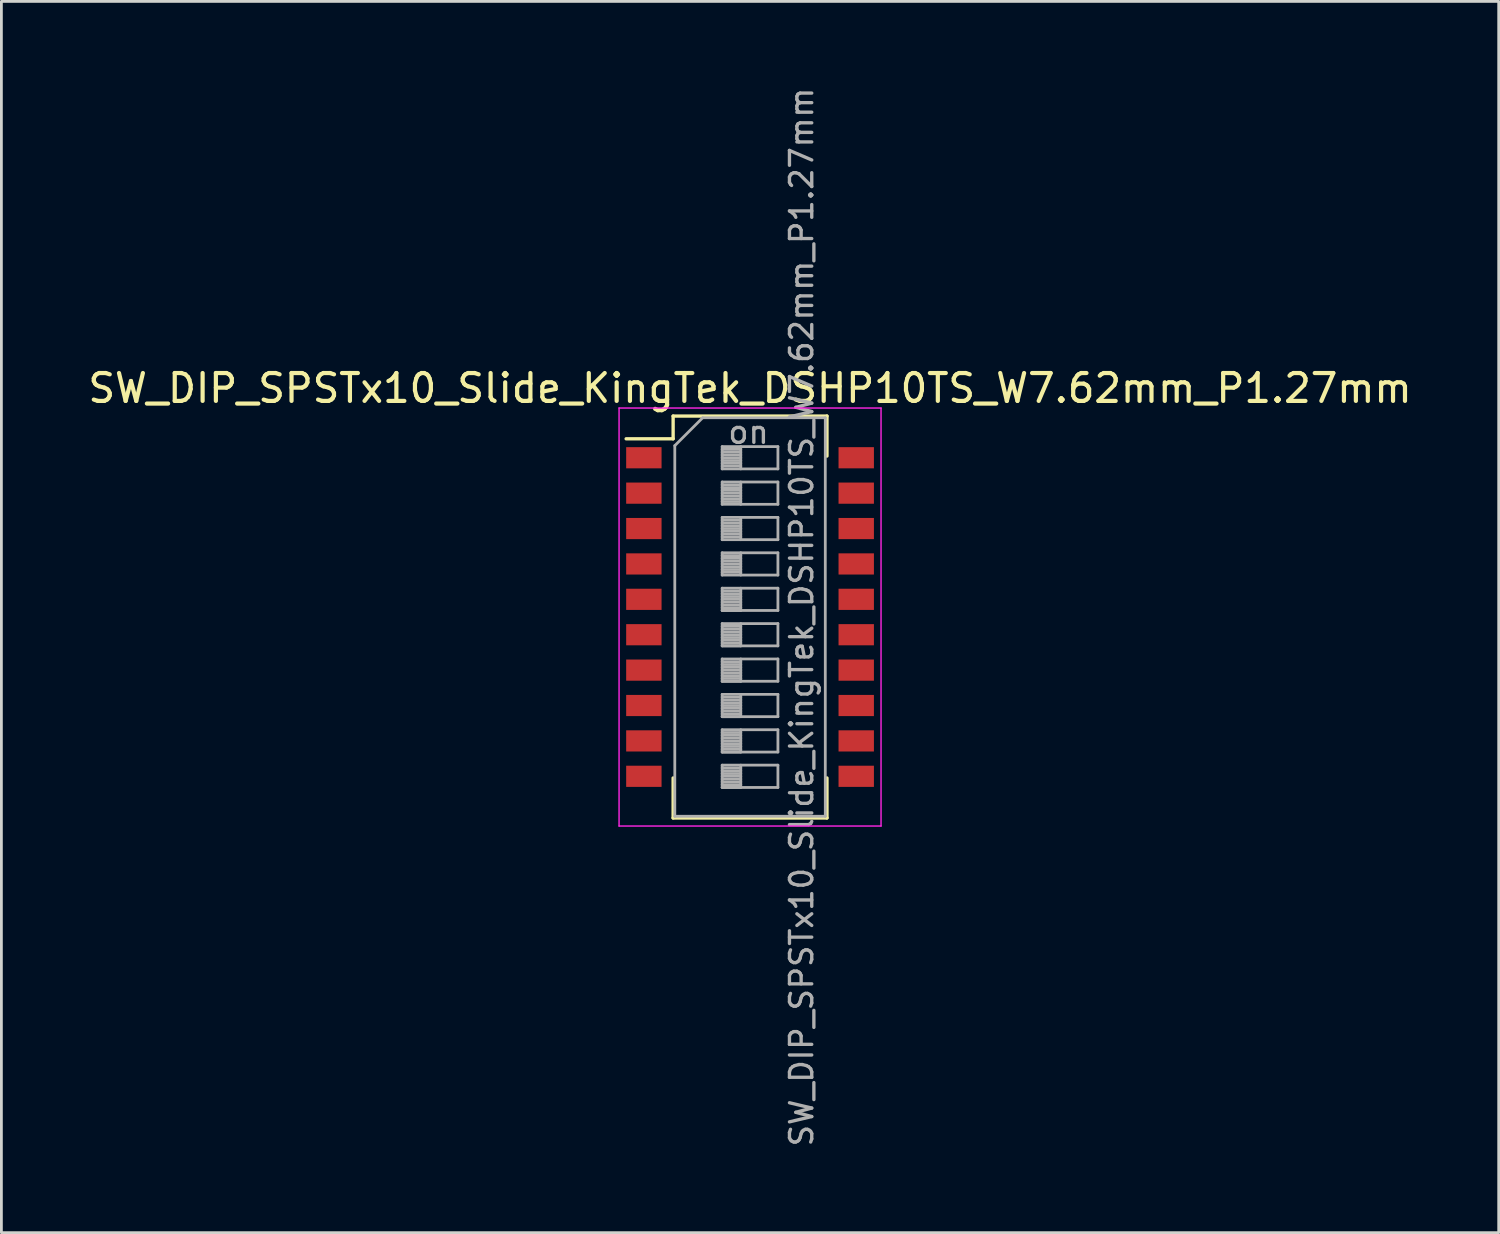
<source format=kicad_pcb>
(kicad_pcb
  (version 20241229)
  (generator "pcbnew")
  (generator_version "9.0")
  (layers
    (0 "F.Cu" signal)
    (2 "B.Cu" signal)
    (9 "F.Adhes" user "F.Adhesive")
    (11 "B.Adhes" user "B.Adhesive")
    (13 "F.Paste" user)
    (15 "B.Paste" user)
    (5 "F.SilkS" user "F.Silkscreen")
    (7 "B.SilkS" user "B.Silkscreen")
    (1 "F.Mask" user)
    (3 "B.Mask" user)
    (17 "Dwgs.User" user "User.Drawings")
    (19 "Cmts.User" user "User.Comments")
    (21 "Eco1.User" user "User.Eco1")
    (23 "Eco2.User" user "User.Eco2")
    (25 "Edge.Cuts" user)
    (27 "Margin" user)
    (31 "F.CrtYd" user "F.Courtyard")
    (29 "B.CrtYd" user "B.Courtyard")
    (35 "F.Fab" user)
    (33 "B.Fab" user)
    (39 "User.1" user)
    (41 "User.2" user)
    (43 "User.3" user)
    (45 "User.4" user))
  (footprint "SW_DIP_SPSTx10_Slide_KingTek_DSHP10TS_W7.62mm_P1.27mm"
    (layer "F.Cu")
    (at 23.863 19.09)
    (property "Reference" "SW_DIP_SPSTx10_Slide_KingTek_DSHP10TS_W7.62mm_P1.27mm" (at 0 -8.21 0) (layer "F.SilkS") (effects (font (size 1 1) (thickness 0.15))))
    (attr smd)
    (fp_line (start -4.446 -6.395) (end -2.76 -6.395) (stroke (width 0.12) (type solid)) (layer "F.SilkS"))
    (fp_line (start -2.76 -7.211) (end -2.76 -6.395) (stroke (width 0.12) (type solid)) (layer "F.SilkS"))
    (fp_line (start -2.76 -7.211) (end 2.76 -7.211) (stroke (width 0.12) (type solid)) (layer "F.SilkS"))
    (fp_line (start -2.76 5.775) (end -2.76 7.21) (stroke (width 0.12) (type solid)) (layer "F.SilkS"))
    (fp_line (start -2.76 7.21) (end 2.76 7.21) (stroke (width 0.12) (type solid)) (layer "F.SilkS"))
    (fp_line (start 2.76 -7.211) (end 2.76 -5.776) (stroke (width 0.12) (type solid)) (layer "F.SilkS"))
    (fp_line (start 2.76 5.775) (end 2.76 7.21) (stroke (width 0.12) (type solid)) (layer "F.SilkS"))
    (fp_line (start -4.7 -7.5) (end -4.7 7.5) (stroke (width 0.05) (type solid)) (layer "F.CrtYd"))
    (fp_line (start -4.7 7.5) (end 4.7 7.5) (stroke (width 0.05) (type solid)) (layer "F.CrtYd"))
    (fp_line (start 4.7 -7.5) (end -4.7 -7.5) (stroke (width 0.05) (type solid)) (layer "F.CrtYd"))
    (fp_line (start 4.7 7.5) (end 4.7 -7.5) (stroke (width 0.05) (type solid)) (layer "F.CrtYd"))
    (fp_line (start -2.7 -6.15) (end -1.7 -7.15) (stroke (width 0.1) (type solid)) (layer "F.Fab"))
    (fp_line (start -2.7 7.15) (end -2.7 -6.15) (stroke (width 0.1) (type solid)) (layer "F.Fab"))
    (fp_line (start -1.7 -7.15) (end 2.7 -7.15) (stroke (width 0.1) (type solid)) (layer "F.Fab"))
    (fp_line (start -1 -6.115) (end -1 -5.315) (stroke (width 0.1) (type solid)) (layer "F.Fab"))
    (fp_line (start -1 -6.015) (end -0.333 -6.015) (stroke (width 0.1) (type solid)) (layer "F.Fab"))
    (fp_line (start -1 -5.915) (end -0.333 -5.915) (stroke (width 0.1) (type solid)) (layer "F.Fab"))
    (fp_line (start -1 -5.815) (end -0.333 -5.815) (stroke (width 0.1) (type solid)) (layer "F.Fab"))
    (fp_line (start -1 -5.715) (end -0.333 -5.715) (stroke (width 0.1) (type solid)) (layer "F.Fab"))
    (fp_line (start -1 -5.615) (end -0.333 -5.615) (stroke (width 0.1) (type solid)) (layer "F.Fab"))
    (fp_line (start -1 -5.515) (end -0.333 -5.515) (stroke (width 0.1) (type solid)) (layer "F.Fab"))
    (fp_line (start -1 -5.415) (end -0.333 -5.415) (stroke (width 0.1) (type solid)) (layer "F.Fab"))
    (fp_line (start -1 -5.315) (end 1 -5.315) (stroke (width 0.1) (type solid)) (layer "F.Fab"))
    (fp_line (start -1 -4.845) (end -1 -4.045) (stroke (width 0.1) (type solid)) (layer "F.Fab"))
    (fp_line (start -1 -4.745) (end -0.333 -4.745) (stroke (width 0.1) (type solid)) (layer "F.Fab"))
    (fp_line (start -1 -4.645) (end -0.333 -4.645) (stroke (width 0.1) (type solid)) (layer "F.Fab"))
    (fp_line (start -1 -4.545) (end -0.333 -4.545) (stroke (width 0.1) (type solid)) (layer "F.Fab"))
    (fp_line (start -1 -4.445) (end -0.333 -4.445) (stroke (width 0.1) (type solid)) (layer "F.Fab"))
    (fp_line (start -1 -4.345) (end -0.333 -4.345) (stroke (width 0.1) (type solid)) (layer "F.Fab"))
    (fp_line (start -1 -4.245) (end -0.333 -4.245) (stroke (width 0.1) (type solid)) (layer "F.Fab"))
    (fp_line (start -1 -4.145) (end -0.333 -4.145) (stroke (width 0.1) (type solid)) (layer "F.Fab"))
    (fp_line (start -1 -4.045) (end 1 -4.045) (stroke (width 0.1) (type solid)) (layer "F.Fab"))
    (fp_line (start -1 -3.575) (end -1 -2.775) (stroke (width 0.1) (type solid)) (layer "F.Fab"))
    (fp_line (start -1 -3.475) (end -0.333 -3.475) (stroke (width 0.1) (type solid)) (layer "F.Fab"))
    (fp_line (start -1 -3.375) (end -0.333 -3.375) (stroke (width 0.1) (type solid)) (layer "F.Fab"))
    (fp_line (start -1 -3.275) (end -0.333 -3.275) (stroke (width 0.1) (type solid)) (layer "F.Fab"))
    (fp_line (start -1 -3.175) (end -0.333 -3.175) (stroke (width 0.1) (type solid)) (layer "F.Fab"))
    (fp_line (start -1 -3.075) (end -0.333 -3.075) (stroke (width 0.1) (type solid)) (layer "F.Fab"))
    (fp_line (start -1 -2.975) (end -0.333 -2.975) (stroke (width 0.1) (type solid)) (layer "F.Fab"))
    (fp_line (start -1 -2.875) (end -0.333 -2.875) (stroke (width 0.1) (type solid)) (layer "F.Fab"))
    (fp_line (start -1 -2.775) (end 1 -2.775) (stroke (width 0.1) (type solid)) (layer "F.Fab"))
    (fp_line (start -1 -2.305) (end -1 -1.505) (stroke (width 0.1) (type solid)) (layer "F.Fab"))
    (fp_line (start -1 -2.205) (end -0.333 -2.205) (stroke (width 0.1) (type solid)) (layer "F.Fab"))
    (fp_line (start -1 -2.105) (end -0.333 -2.105) (stroke (width 0.1) (type solid)) (layer "F.Fab"))
    (fp_line (start -1 -2.005) (end -0.333 -2.005) (stroke (width 0.1) (type solid)) (layer "F.Fab"))
    (fp_line (start -1 -1.905) (end -0.333 -1.905) (stroke (width 0.1) (type solid)) (layer "F.Fab"))
    (fp_line (start -1 -1.805) (end -0.333 -1.805) (stroke (width 0.1) (type solid)) (layer "F.Fab"))
    (fp_line (start -1 -1.705) (end -0.333 -1.705) (stroke (width 0.1) (type solid)) (layer "F.Fab"))
    (fp_line (start -1 -1.605) (end -0.333 -1.605) (stroke (width 0.1) (type solid)) (layer "F.Fab"))
    (fp_line (start -1 -1.505) (end 1 -1.505) (stroke (width 0.1) (type solid)) (layer "F.Fab"))
    (fp_line (start -1 -1.035) (end -1 -0.235) (stroke (width 0.1) (type solid)) (layer "F.Fab"))
    (fp_line (start -1 -0.935) (end -0.333 -0.935) (stroke (width 0.1) (type solid)) (layer "F.Fab"))
    (fp_line (start -1 -0.835) (end -0.333 -0.835) (stroke (width 0.1) (type solid)) (layer "F.Fab"))
    (fp_line (start -1 -0.735) (end -0.333 -0.735) (stroke (width 0.1) (type solid)) (layer "F.Fab"))
    (fp_line (start -1 -0.635) (end -0.333 -0.635) (stroke (width 0.1) (type solid)) (layer "F.Fab"))
    (fp_line (start -1 -0.535) (end -0.333 -0.535) (stroke (width 0.1) (type solid)) (layer "F.Fab"))
    (fp_line (start -1 -0.435) (end -0.333 -0.435) (stroke (width 0.1) (type solid)) (layer "F.Fab"))
    (fp_line (start -1 -0.335) (end -0.333 -0.335) (stroke (width 0.1) (type solid)) (layer "F.Fab"))
    (fp_line (start -1 -0.235) (end -0.333 -0.235) (stroke (width 0.1) (type solid)) (layer "F.Fab"))
    (fp_line (start -1 -0.235) (end 1 -0.235) (stroke (width 0.1) (type solid)) (layer "F.Fab"))
    (fp_line (start -1 0.235) (end -1 1.035) (stroke (width 0.1) (type solid)) (layer "F.Fab"))
    (fp_line (start -1 0.335) (end -0.333 0.335) (stroke (width 0.1) (type solid)) (layer "F.Fab"))
    (fp_line (start -1 0.435) (end -0.333 0.435) (stroke (width 0.1) (type solid)) (layer "F.Fab"))
    (fp_line (start -1 0.535) (end -0.333 0.535) (stroke (width 0.1) (type solid)) (layer "F.Fab"))
    (fp_line (start -1 0.635) (end -0.333 0.635) (stroke (width 0.1) (type solid)) (layer "F.Fab"))
    (fp_line (start -1 0.735) (end -0.333 0.735) (stroke (width 0.1) (type solid)) (layer "F.Fab"))
    (fp_line (start -1 0.835) (end -0.333 0.835) (stroke (width 0.1) (type solid)) (layer "F.Fab"))
    (fp_line (start -1 0.935) (end -0.333 0.935) (stroke (width 0.1) (type solid)) (layer "F.Fab"))
    (fp_line (start -1 1.035) (end -0.333 1.035) (stroke (width 0.1) (type solid)) (layer "F.Fab"))
    (fp_line (start -1 1.035) (end 1 1.035) (stroke (width 0.1) (type solid)) (layer "F.Fab"))
    (fp_line (start -1 1.505) (end -1 2.305) (stroke (width 0.1) (type solid)) (layer "F.Fab"))
    (fp_line (start -1 1.605) (end -0.333 1.605) (stroke (width 0.1) (type solid)) (layer "F.Fab"))
    (fp_line (start -1 1.705) (end -0.333 1.705) (stroke (width 0.1) (type solid)) (layer "F.Fab"))
    (fp_line (start -1 1.805) (end -0.333 1.805) (stroke (width 0.1) (type solid)) (layer "F.Fab"))
    (fp_line (start -1 1.905) (end -0.333 1.905) (stroke (width 0.1) (type solid)) (layer "F.Fab"))
    (fp_line (start -1 2.005) (end -0.333 2.005) (stroke (width 0.1) (type solid)) (layer "F.Fab"))
    (fp_line (start -1 2.105) (end -0.333 2.105) (stroke (width 0.1) (type solid)) (layer "F.Fab"))
    (fp_line (start -1 2.205) (end -0.333 2.205) (stroke (width 0.1) (type solid)) (layer "F.Fab"))
    (fp_line (start -1 2.305) (end -0.333 2.305) (stroke (width 0.1) (type solid)) (layer "F.Fab"))
    (fp_line (start -1 2.305) (end 1 2.305) (stroke (width 0.1) (type solid)) (layer "F.Fab"))
    (fp_line (start -1 2.775) (end -1 3.575) (stroke (width 0.1) (type solid)) (layer "F.Fab"))
    (fp_line (start -1 2.875) (end -0.333 2.875) (stroke (width 0.1) (type solid)) (layer "F.Fab"))
    (fp_line (start -1 2.975) (end -0.333 2.975) (stroke (width 0.1) (type solid)) (layer "F.Fab"))
    (fp_line (start -1 3.075) (end -0.333 3.075) (stroke (width 0.1) (type solid)) (layer "F.Fab"))
    (fp_line (start -1 3.175) (end -0.333 3.175) (stroke (width 0.1) (type solid)) (layer "F.Fab"))
    (fp_line (start -1 3.275) (end -0.333 3.275) (stroke (width 0.1) (type solid)) (layer "F.Fab"))
    (fp_line (start -1 3.375) (end -0.333 3.375) (stroke (width 0.1) (type solid)) (layer "F.Fab"))
    (fp_line (start -1 3.475) (end -0.333 3.475) (stroke (width 0.1) (type solid)) (layer "F.Fab"))
    (fp_line (start -1 3.575) (end -0.333 3.575) (stroke (width 0.1) (type solid)) (layer "F.Fab"))
    (fp_line (start -1 3.575) (end 1 3.575) (stroke (width 0.1) (type solid)) (layer "F.Fab"))
    (fp_line (start -1 4.045) (end -1 4.845) (stroke (width 0.1) (type solid)) (layer "F.Fab"))
    (fp_line (start -1 4.145) (end -0.333 4.145) (stroke (width 0.1) (type solid)) (layer "F.Fab"))
    (fp_line (start -1 4.245) (end -0.333 4.245) (stroke (width 0.1) (type solid)) (layer "F.Fab"))
    (fp_line (start -1 4.345) (end -0.333 4.345) (stroke (width 0.1) (type solid)) (layer "F.Fab"))
    (fp_line (start -1 4.445) (end -0.333 4.445) (stroke (width 0.1) (type solid)) (layer "F.Fab"))
    (fp_line (start -1 4.545) (end -0.333 4.545) (stroke (width 0.1) (type solid)) (layer "F.Fab"))
    (fp_line (start -1 4.645) (end -0.333 4.645) (stroke (width 0.1) (type solid)) (layer "F.Fab"))
    (fp_line (start -1 4.745) (end -0.333 4.745) (stroke (width 0.1) (type solid)) (layer "F.Fab"))
    (fp_line (start -1 4.845) (end -0.333 4.845) (stroke (width 0.1) (type solid)) (layer "F.Fab"))
    (fp_line (start -1 4.845) (end 1 4.845) (stroke (width 0.1) (type solid)) (layer "F.Fab"))
    (fp_line (start -1 5.315) (end -1 6.115) (stroke (width 0.1) (type solid)) (layer "F.Fab"))
    (fp_line (start -1 5.415) (end -0.333 5.415) (stroke (width 0.1) (type solid)) (layer "F.Fab"))
    (fp_line (start -1 5.515) (end -0.333 5.515) (stroke (width 0.1) (type solid)) (layer "F.Fab"))
    (fp_line (start -1 5.615) (end -0.333 5.615) (stroke (width 0.1) (type solid)) (layer "F.Fab"))
    (fp_line (start -1 5.715) (end -0.333 5.715) (stroke (width 0.1) (type solid)) (layer "F.Fab"))
    (fp_line (start -1 5.815) (end -0.333 5.815) (stroke (width 0.1) (type solid)) (layer "F.Fab"))
    (fp_line (start -1 5.915) (end -0.333 5.915) (stroke (width 0.1) (type solid)) (layer "F.Fab"))
    (fp_line (start -1 6.015) (end -0.333 6.015) (stroke (width 0.1) (type solid)) (layer "F.Fab"))
    (fp_line (start -1 6.115) (end -0.333 6.115) (stroke (width 0.1) (type solid)) (layer "F.Fab"))
    (fp_line (start -1 6.115) (end 1 6.115) (stroke (width 0.1) (type solid)) (layer "F.Fab"))
    (fp_line (start -0.333 -6.115) (end -0.333 -5.315) (stroke (width 0.1) (type solid)) (layer "F.Fab"))
    (fp_line (start -0.333 -4.845) (end -0.333 -4.045) (stroke (width 0.1) (type solid)) (layer "F.Fab"))
    (fp_line (start -0.333 -3.575) (end -0.333 -2.775) (stroke (width 0.1) (type solid)) (layer "F.Fab"))
    (fp_line (start -0.333 -2.305) (end -0.333 -1.505) (stroke (width 0.1) (type solid)) (layer "F.Fab"))
    (fp_line (start -0.333 -1.035) (end -0.333 -0.235) (stroke (width 0.1) (type solid)) (layer "F.Fab"))
    (fp_line (start -0.333 0.235) (end -0.333 1.035) (stroke (width 0.1) (type solid)) (layer "F.Fab"))
    (fp_line (start -0.333 1.505) (end -0.333 2.305) (stroke (width 0.1) (type solid)) (layer "F.Fab"))
    (fp_line (start -0.333 2.775) (end -0.333 3.575) (stroke (width 0.1) (type solid)) (layer "F.Fab"))
    (fp_line (start -0.333 4.045) (end -0.333 4.845) (stroke (width 0.1) (type solid)) (layer "F.Fab"))
    (fp_line (start -0.333 5.315) (end -0.333 6.115) (stroke (width 0.1) (type solid)) (layer "F.Fab"))
    (fp_line (start 1 -6.115) (end -1 -6.115) (stroke (width 0.1) (type solid)) (layer "F.Fab"))
    (fp_line (start 1 -5.315) (end 1 -6.115) (stroke (width 0.1) (type solid)) (layer "F.Fab"))
    (fp_line (start 1 -4.845) (end -1 -4.845) (stroke (width 0.1) (type solid)) (layer "F.Fab"))
    (fp_line (start 1 -4.045) (end 1 -4.845) (stroke (width 0.1) (type solid)) (layer "F.Fab"))
    (fp_line (start 1 -3.575) (end -1 -3.575) (stroke (width 0.1) (type solid)) (layer "F.Fab"))
    (fp_line (start 1 -2.775) (end 1 -3.575) (stroke (width 0.1) (type solid)) (layer "F.Fab"))
    (fp_line (start 1 -2.305) (end -1 -2.305) (stroke (width 0.1) (type solid)) (layer "F.Fab"))
    (fp_line (start 1 -1.505) (end 1 -2.305) (stroke (width 0.1) (type solid)) (layer "F.Fab"))
    (fp_line (start 1 -1.035) (end -1 -1.035) (stroke (width 0.1) (type solid)) (layer "F.Fab"))
    (fp_line (start 1 -0.235) (end 1 -1.035) (stroke (width 0.1) (type solid)) (layer "F.Fab"))
    (fp_line (start 1 0.235) (end -1 0.235) (stroke (width 0.1) (type solid)) (layer "F.Fab"))
    (fp_line (start 1 1.035) (end 1 0.235) (stroke (width 0.1) (type solid)) (layer "F.Fab"))
    (fp_line (start 1 1.505) (end -1 1.505) (stroke (width 0.1) (type solid)) (layer "F.Fab"))
    (fp_line (start 1 2.305) (end 1 1.505) (stroke (width 0.1) (type solid)) (layer "F.Fab"))
    (fp_line (start 1 2.775) (end -1 2.775) (stroke (width 0.1) (type solid)) (layer "F.Fab"))
    (fp_line (start 1 3.575) (end 1 2.775) (stroke (width 0.1) (type solid)) (layer "F.Fab"))
    (fp_line (start 1 4.045) (end -1 4.045) (stroke (width 0.1) (type solid)) (layer "F.Fab"))
    (fp_line (start 1 4.845) (end 1 4.045) (stroke (width 0.1) (type solid)) (layer "F.Fab"))
    (fp_line (start 1 5.315) (end -1 5.315) (stroke (width 0.1) (type solid)) (layer "F.Fab"))
    (fp_line (start 1 6.115) (end 1 5.315) (stroke (width 0.1) (type solid)) (layer "F.Fab"))
    (fp_line (start 2.7 -7.15) (end 2.7 7.15) (stroke (width 0.1) (type solid)) (layer "F.Fab"))
    (fp_line (start 2.7 7.15) (end -2.7 7.15) (stroke (width 0.1) (type solid)) (layer "F.Fab"))
    (fp_text user "on" (at -0.055 -6.633 0) (layer "F.Fab") (effects (font (size 0.8 0.8) (thickness 0.12))))
    (fp_text user "${REFERENCE}" (at 1.85 0 90) (layer "F.Fab") (effects (font (size 0.8 0.8) (thickness 0.12))))
    (pad "1" smd rect (at -3.81 -5.715) (size 1.27 0.76) (layers "F.Cu" "F.Mask" "F.Paste"))
    (pad "2" smd rect (at -3.81 -4.445) (size 1.27 0.76) (layers "F.Cu" "F.Mask" "F.Paste"))
    (pad "3" smd rect (at -3.81 -3.175) (size 1.27 0.76) (layers "F.Cu" "F.Mask" "F.Paste"))
    (pad "4" smd rect (at -3.81 -1.905) (size 1.27 0.76) (layers "F.Cu" "F.Mask" "F.Paste"))
    (pad "5" smd rect (at -3.81 -0.635) (size 1.27 0.76) (layers "F.Cu" "F.Mask" "F.Paste"))
    (pad "6" smd rect (at -3.81 0.635) (size 1.27 0.76) (layers "F.Cu" "F.Mask" "F.Paste"))
    (pad "7" smd rect (at -3.81 1.905) (size 1.27 0.76) (layers "F.Cu" "F.Mask" "F.Paste"))
    (pad "8" smd rect (at -3.81 3.175) (size 1.27 0.76) (layers "F.Cu" "F.Mask" "F.Paste"))
    (pad "9" smd rect (at -3.81 4.445) (size 1.27 0.76) (layers "F.Cu" "F.Mask" "F.Paste"))
    (pad "10" smd rect (at -3.81 5.715) (size 1.27 0.76) (layers "F.Cu" "F.Mask" "F.Paste"))
    (pad "11" smd rect (at 3.81 5.715) (size 1.27 0.76) (layers "F.Cu" "F.Mask" "F.Paste"))
    (pad "12" smd rect (at 3.81 4.445) (size 1.27 0.76) (layers "F.Cu" "F.Mask" "F.Paste"))
    (pad "13" smd rect (at 3.81 3.175) (size 1.27 0.76) (layers "F.Cu" "F.Mask" "F.Paste"))
    (pad "14" smd rect (at 3.81 1.905) (size 1.27 0.76) (layers "F.Cu" "F.Mask" "F.Paste"))
    (pad "15" smd rect (at 3.81 0.635) (size 1.27 0.76) (layers "F.Cu" "F.Mask" "F.Paste"))
    (pad "16" smd rect (at 3.81 -0.635) (size 1.27 0.76) (layers "F.Cu" "F.Mask" "F.Paste"))
    (pad "17" smd rect (at 3.81 -1.905) (size 1.27 0.76) (layers "F.Cu" "F.Mask" "F.Paste"))
    (pad "18" smd rect (at 3.81 -3.175) (size 1.27 0.76) (layers "F.Cu" "F.Mask" "F.Paste"))
    (pad "19" smd rect (at 3.81 -4.445) (size 1.27 0.76) (layers "F.Cu" "F.Mask" "F.Paste"))
    (pad "20" smd rect (at 3.81 -5.715) (size 1.27 0.76) (layers "F.Cu" "F.Mask" "F.Paste")))
  (gr_rect
    (start -3 -3)
    (end 50.726 41.181)
    (stroke (width 0.1) (type default))
    (fill no)
    (layer "Edge.Cuts")))
</source>
